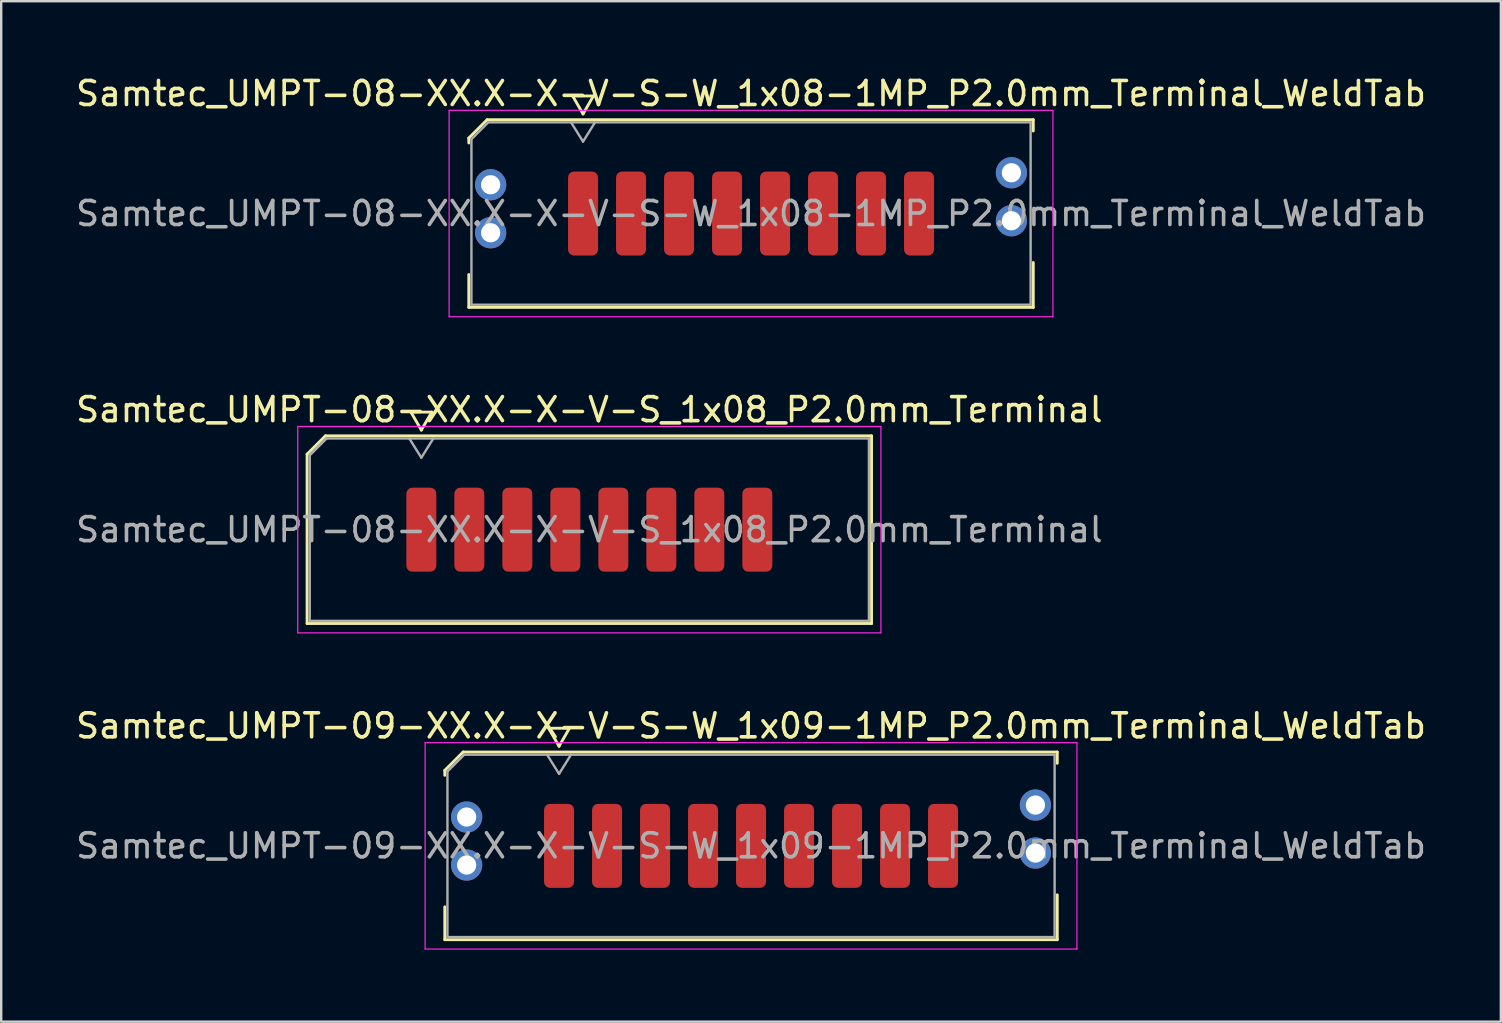
<source format=kicad_pcb>
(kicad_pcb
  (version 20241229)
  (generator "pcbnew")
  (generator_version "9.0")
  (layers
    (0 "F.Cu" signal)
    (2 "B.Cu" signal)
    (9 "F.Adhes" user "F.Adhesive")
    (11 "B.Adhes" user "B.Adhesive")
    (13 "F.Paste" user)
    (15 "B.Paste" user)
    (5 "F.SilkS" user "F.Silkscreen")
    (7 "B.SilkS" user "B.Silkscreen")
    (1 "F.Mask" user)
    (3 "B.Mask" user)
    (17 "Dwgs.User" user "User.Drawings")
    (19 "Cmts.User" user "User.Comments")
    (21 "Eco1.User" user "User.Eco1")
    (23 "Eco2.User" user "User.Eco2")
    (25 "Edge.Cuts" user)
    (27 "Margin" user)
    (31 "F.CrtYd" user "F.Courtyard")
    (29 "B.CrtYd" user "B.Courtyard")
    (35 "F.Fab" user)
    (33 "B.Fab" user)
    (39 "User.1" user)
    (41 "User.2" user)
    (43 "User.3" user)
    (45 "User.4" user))
  (footprint "Samtec_UMPT-08-XX.X-X-V-S_1x08_P2.0mm_Terminal"
    (layer "F.Cu")
    (at 21.506 19.021)
    (property "Reference" "Samtec_UMPT-08-XX.X-X-V-S_1x08_P2.0mm_Terminal" (at 0 -5 0) (layer "F.SilkS") (effects (font (size 1 1) (thickness 0.15))))
    (attr smd)
    (fp_line (start -11.76 -3.146) (end -10.996 -3.91) (stroke (width 0.12) (type solid)) (layer "F.SilkS"))
    (fp_line (start -11.76 3.91) (end -11.76 -3.146) (stroke (width 0.12) (type solid)) (layer "F.SilkS"))
    (fp_line (start -10.996 -3.91) (end 11.76 -3.91) (stroke (width 0.12) (type solid)) (layer "F.SilkS"))
    (fp_line (start -7.433 -4.9) (end -7 -4.15) (stroke (width 0.12) (type solid)) (layer "F.SilkS"))
    (fp_line (start -7 -4.15) (end -6.567 -4.9) (stroke (width 0.12) (type solid)) (layer "F.SilkS"))
    (fp_line (start -6.567 -4.9) (end -7.433 -4.9) (stroke (width 0.12) (type solid)) (layer "F.SilkS"))
    (fp_line (start 11.76 -3.91) (end 11.76 3.91) (stroke (width 0.12) (type solid)) (layer "F.SilkS"))
    (fp_line (start 11.76 3.91) (end -11.76 3.91) (stroke (width 0.12) (type solid)) (layer "F.SilkS"))
    (fp_line (start -12.15 -4.3) (end -12.15 4.3) (stroke (width 0.05) (type solid)) (layer "F.CrtYd"))
    (fp_line (start -12.15 4.3) (end 12.15 4.3) (stroke (width 0.05) (type solid)) (layer "F.CrtYd"))
    (fp_line (start 12.15 -4.3) (end -12.15 -4.3) (stroke (width 0.05) (type solid)) (layer "F.CrtYd"))
    (fp_line (start 12.15 4.3) (end 12.15 -4.3) (stroke (width 0.05) (type solid)) (layer "F.CrtYd"))
    (fp_line (start -11.65 -3.1) (end -10.95 -3.8) (stroke (width 0.1) (type solid)) (layer "F.Fab"))
    (fp_line (start -11.65 3.8) (end -11.65 -3.1) (stroke (width 0.1) (type solid)) (layer "F.Fab"))
    (fp_line (start -10.95 -3.8) (end 11.65 -3.8) (stroke (width 0.1) (type solid)) (layer "F.Fab"))
    (fp_line (start -7.5 -3.8) (end -7 -3) (stroke (width 0.1) (type solid)) (layer "F.Fab"))
    (fp_line (start -7 -3) (end -6.5 -3.8) (stroke (width 0.1) (type solid)) (layer "F.Fab"))
    (fp_line (start 11.65 -3.8) (end 11.65 3.8) (stroke (width 0.1) (type solid)) (layer "F.Fab"))
    (fp_line (start 11.65 3.8) (end -11.65 3.8) (stroke (width 0.1) (type solid)) (layer "F.Fab"))
    (fp_text user "${REFERENCE}" (at 0 0 0) (layer "F.Fab") (effects (font (size 1 1) (thickness 0.15))))
    (pad "1" smd roundrect (at -7 0) (size 1.25 3.5) (layers "F.Cu" "F.Mask" "F.Paste") (roundrect_rratio 0.2))
    (pad "2" smd roundrect (at -5 0) (size 1.25 3.5) (layers "F.Cu" "F.Mask" "F.Paste") (roundrect_rratio 0.2))
    (pad "3" smd roundrect (at -3 0) (size 1.25 3.5) (layers "F.Cu" "F.Mask" "F.Paste") (roundrect_rratio 0.2))
    (pad "4" smd roundrect (at -1 0) (size 1.25 3.5) (layers "F.Cu" "F.Mask" "F.Paste") (roundrect_rratio 0.2))
    (pad "5" smd roundrect (at 1 0) (size 1.25 3.5) (layers "F.Cu" "F.Mask" "F.Paste") (roundrect_rratio 0.2))
    (pad "6" smd roundrect (at 3 0) (size 1.25 3.5) (layers "F.Cu" "F.Mask" "F.Paste") (roundrect_rratio 0.2))
    (pad "7" smd roundrect (at 5 0) (size 1.25 3.5) (layers "F.Cu" "F.Mask" "F.Paste") (roundrect_rratio 0.2))
    (pad "8" smd roundrect (at 7 0) (size 1.25 3.5) (layers "F.Cu" "F.Mask" "F.Paste") (roundrect_rratio 0.2)))
  (footprint "Samtec_UMPT-09-XX.X-X-V-S-W_1x09-1MP_P2.0mm_Terminal_WeldTab"
    (layer "F.Cu")
    (at 28.244 32.195)
    (property "Reference" "Samtec_UMPT-09-XX.X-X-V-S-W_1x09-1MP_P2.0mm_Terminal_WeldTab" (at 0 -5 0) (layer "F.SilkS") (effects (font (size 1 1) (thickness 0.15))))
    (attr smd)
    (fp_line (start -12.76 -3.146) (end -11.996 -3.91) (stroke (width 0.12) (type solid)) (layer "F.SilkS"))
    (fp_line (start -12.76 -2.94) (end -12.76 -3.146) (stroke (width 0.12) (type solid)) (layer "F.SilkS"))
    (fp_line (start -12.76 3.91) (end -12.76 2.54) (stroke (width 0.12) (type solid)) (layer "F.SilkS"))
    (fp_line (start -11.996 -3.91) (end 12.76 -3.91) (stroke (width 0.12) (type solid)) (layer "F.SilkS"))
    (fp_line (start -8.433 -4.9) (end -8 -4.15) (stroke (width 0.12) (type solid)) (layer "F.SilkS"))
    (fp_line (start -8 -4.15) (end -7.567 -4.9) (stroke (width 0.12) (type solid)) (layer "F.SilkS"))
    (fp_line (start -7.567 -4.9) (end -8.433 -4.9) (stroke (width 0.12) (type solid)) (layer "F.SilkS"))
    (fp_line (start 12.76 -3.91) (end 12.76 -3.44) (stroke (width 0.12) (type solid)) (layer "F.SilkS"))
    (fp_line (start 12.76 2.04) (end 12.76 3.91) (stroke (width 0.12) (type solid)) (layer "F.SilkS"))
    (fp_line (start 12.76 3.91) (end -12.76 3.91) (stroke (width 0.12) (type solid)) (layer "F.SilkS"))
    (fp_line (start -13.58 -4.3) (end -13.58 4.3) (stroke (width 0.05) (type solid)) (layer "F.CrtYd"))
    (fp_line (start -13.58 4.3) (end 13.58 4.3) (stroke (width 0.05) (type solid)) (layer "F.CrtYd"))
    (fp_line (start 13.58 -4.3) (end -13.58 -4.3) (stroke (width 0.05) (type solid)) (layer "F.CrtYd"))
    (fp_line (start 13.58 4.3) (end 13.58 -4.3) (stroke (width 0.05) (type solid)) (layer "F.CrtYd"))
    (fp_line (start -12.65 -3.1) (end -11.95 -3.8) (stroke (width 0.1) (type solid)) (layer "F.Fab"))
    (fp_line (start -12.65 3.8) (end -12.65 -3.1) (stroke (width 0.1) (type solid)) (layer "F.Fab"))
    (fp_line (start -11.95 -3.8) (end 12.65 -3.8) (stroke (width 0.1) (type solid)) (layer "F.Fab"))
    (fp_line (start -8.5 -3.8) (end -8 -3) (stroke (width 0.1) (type solid)) (layer "F.Fab"))
    (fp_line (start -8 -3) (end -7.5 -3.8) (stroke (width 0.1) (type solid)) (layer "F.Fab"))
    (fp_line (start 12.65 -3.8) (end 12.65 3.8) (stroke (width 0.1) (type solid)) (layer "F.Fab"))
    (fp_line (start 12.65 3.8) (end -12.65 3.8) (stroke (width 0.1) (type solid)) (layer "F.Fab"))
    (fp_text user "${REFERENCE}" (at 0 0 0) (layer "F.Fab") (effects (font (size 1 1) (thickness 0.15))))
    (pad "" smd rect (at -11.85 -1.54) (size 2.45 2.28) (layers "F.Paste"))
    (pad "" smd rect (at -11.85 1.14) (size 2.45 2.28) (layers "F.Paste"))
    (pad "" smd rect (at 11.85 -2.04) (size 2.45 2.28) (layers "F.Paste"))
    (pad "" smd rect (at 11.85 0.64) (size 2.45 2.28) (layers "F.Paste"))
    (pad "1" smd roundrect (at -8 0) (size 1.25 3.5) (layers "F.Cu" "F.Mask" "F.Paste") (roundrect_rratio 0.2))
    (pad "2" smd roundrect (at -6 0) (size 1.25 3.5) (layers "F.Cu" "F.Mask" "F.Paste") (roundrect_rratio 0.2))
    (pad "3" smd roundrect (at -4 0) (size 1.25 3.5) (layers "F.Cu" "F.Mask" "F.Paste") (roundrect_rratio 0.2))
    (pad "4" smd roundrect (at -2 0) (size 1.25 3.5) (layers "F.Cu" "F.Mask" "F.Paste") (roundrect_rratio 0.2))
    (pad "5" smd roundrect (at 0 0) (size 1.25 3.5) (layers "F.Cu" "F.Mask" "F.Paste") (roundrect_rratio 0.2))
    (pad "6" smd roundrect (at 2 0) (size 1.25 3.5) (layers "F.Cu" "F.Mask" "F.Paste") (roundrect_rratio 0.2))
    (pad "7" smd roundrect (at 4 0) (size 1.25 3.5) (layers "F.Cu" "F.Mask" "F.Paste") (roundrect_rratio 0.2))
    (pad "8" smd roundrect (at 6 0) (size 1.25 3.5) (layers "F.Cu" "F.Mask" "F.Paste") (roundrect_rratio 0.2))
    (pad "9" smd roundrect (at 8 0) (size 1.25 3.5) (layers "F.Cu" "F.Mask" "F.Paste") (roundrect_rratio 0.2))
    (pad "MP" thru_hole circle (at -11.85 -1.2) (size 1.3 1.3) (drill 0.8) (layers "*.Cu" "*.Mask"))
    (pad "MP" thru_hole circle (at -11.85 0.8) (size 1.3 1.3) (drill 0.8) (layers "*.Cu" "*.Mask"))
    (pad "MP" thru_hole circle (at 11.85 -1.7) (size 1.3 1.3) (drill 0.8) (layers "*.Cu" "*.Mask"))
    (pad "MP" thru_hole circle (at 11.85 0.3) (size 1.3 1.3) (drill 0.8) (layers "*.Cu" "*.Mask")))
  (footprint "Samtec_UMPT-08-XX.X-X-V-S-W_1x08-1MP_P2.0mm_Terminal_WeldTab"
    (layer "F.Cu")
    (at 28.244 5.848)
    (property "Reference" "Samtec_UMPT-08-XX.X-X-V-S-W_1x08-1MP_P2.0mm_Terminal_WeldTab" (at 0 -5 0) (layer "F.SilkS") (effects (font (size 1 1) (thickness 0.15))))
    (attr smd)
    (fp_line (start -11.76 -3.146) (end -10.996 -3.91) (stroke (width 0.12) (type solid)) (layer "F.SilkS"))
    (fp_line (start -11.76 -2.94) (end -11.76 -3.146) (stroke (width 0.12) (type solid)) (layer "F.SilkS"))
    (fp_line (start -11.76 3.91) (end -11.76 2.54) (stroke (width 0.12) (type solid)) (layer "F.SilkS"))
    (fp_line (start -10.996 -3.91) (end 11.76 -3.91) (stroke (width 0.12) (type solid)) (layer "F.SilkS"))
    (fp_line (start -7.433 -4.9) (end -7 -4.15) (stroke (width 0.12) (type solid)) (layer "F.SilkS"))
    (fp_line (start -7 -4.15) (end -6.567 -4.9) (stroke (width 0.12) (type solid)) (layer "F.SilkS"))
    (fp_line (start -6.567 -4.9) (end -7.433 -4.9) (stroke (width 0.12) (type solid)) (layer "F.SilkS"))
    (fp_line (start 11.76 -3.91) (end 11.76 -3.44) (stroke (width 0.12) (type solid)) (layer "F.SilkS"))
    (fp_line (start 11.76 2.04) (end 11.76 3.91) (stroke (width 0.12) (type solid)) (layer "F.SilkS"))
    (fp_line (start 11.76 3.91) (end -11.76 3.91) (stroke (width 0.12) (type solid)) (layer "F.SilkS"))
    (fp_line (start -12.58 -4.3) (end -12.58 4.3) (stroke (width 0.05) (type solid)) (layer "F.CrtYd"))
    (fp_line (start -12.58 4.3) (end 12.58 4.3) (stroke (width 0.05) (type solid)) (layer "F.CrtYd"))
    (fp_line (start 12.58 -4.3) (end -12.58 -4.3) (stroke (width 0.05) (type solid)) (layer "F.CrtYd"))
    (fp_line (start 12.58 4.3) (end 12.58 -4.3) (stroke (width 0.05) (type solid)) (layer "F.CrtYd"))
    (fp_line (start -11.65 -3.1) (end -10.95 -3.8) (stroke (width 0.1) (type solid)) (layer "F.Fab"))
    (fp_line (start -11.65 3.8) (end -11.65 -3.1) (stroke (width 0.1) (type solid)) (layer "F.Fab"))
    (fp_line (start -10.95 -3.8) (end 11.65 -3.8) (stroke (width 0.1) (type solid)) (layer "F.Fab"))
    (fp_line (start -7.5 -3.8) (end -7 -3) (stroke (width 0.1) (type solid)) (layer "F.Fab"))
    (fp_line (start -7 -3) (end -6.5 -3.8) (stroke (width 0.1) (type solid)) (layer "F.Fab"))
    (fp_line (start 11.65 -3.8) (end 11.65 3.8) (stroke (width 0.1) (type solid)) (layer "F.Fab"))
    (fp_line (start 11.65 3.8) (end -11.65 3.8) (stroke (width 0.1) (type solid)) (layer "F.Fab"))
    (fp_text user "${REFERENCE}" (at 0 0 0) (layer "F.Fab") (effects (font (size 1 1) (thickness 0.15))))
    (pad "" smd rect (at -10.85 -1.54) (size 2.45 2.28) (layers "F.Paste"))
    (pad "" smd rect (at -10.85 1.14) (size 2.45 2.28) (layers "F.Paste"))
    (pad "" smd rect (at 10.85 -2.04) (size 2.45 2.28) (layers "F.Paste"))
    (pad "" smd rect (at 10.85 0.64) (size 2.45 2.28) (layers "F.Paste"))
    (pad "1" smd roundrect (at -7 0) (size 1.25 3.5) (layers "F.Cu" "F.Mask" "F.Paste") (roundrect_rratio 0.2))
    (pad "2" smd roundrect (at -5 0) (size 1.25 3.5) (layers "F.Cu" "F.Mask" "F.Paste") (roundrect_rratio 0.2))
    (pad "3" smd roundrect (at -3 0) (size 1.25 3.5) (layers "F.Cu" "F.Mask" "F.Paste") (roundrect_rratio 0.2))
    (pad "4" smd roundrect (at -1 0) (size 1.25 3.5) (layers "F.Cu" "F.Mask" "F.Paste") (roundrect_rratio 0.2))
    (pad "5" smd roundrect (at 1 0) (size 1.25 3.5) (layers "F.Cu" "F.Mask" "F.Paste") (roundrect_rratio 0.2))
    (pad "6" smd roundrect (at 3 0) (size 1.25 3.5) (layers "F.Cu" "F.Mask" "F.Paste") (roundrect_rratio 0.2))
    (pad "7" smd roundrect (at 5 0) (size 1.25 3.5) (layers "F.Cu" "F.Mask" "F.Paste") (roundrect_rratio 0.2))
    (pad "8" smd roundrect (at 7 0) (size 1.25 3.5) (layers "F.Cu" "F.Mask" "F.Paste") (roundrect_rratio 0.2))
    (pad "MP" thru_hole circle (at -10.85 -1.2) (size 1.3 1.3) (drill 0.8) (layers "*.Cu" "*.Mask"))
    (pad "MP" thru_hole circle (at -10.85 0.8) (size 1.3 1.3) (drill 0.8) (layers "*.Cu" "*.Mask"))
    (pad "MP" thru_hole circle (at 10.85 -1.7) (size 1.3 1.3) (drill 0.8) (layers "*.Cu" "*.Mask"))
    (pad "MP" thru_hole circle (at 10.85 0.3) (size 1.3 1.3) (drill 0.8) (layers "*.Cu" "*.Mask")))
  (gr_rect
    (start -3 -3)
    (end 59.488 39.52)
    (stroke (width 0.1) (type default))
    (fill no)
    (layer "Edge.Cuts")))
</source>
